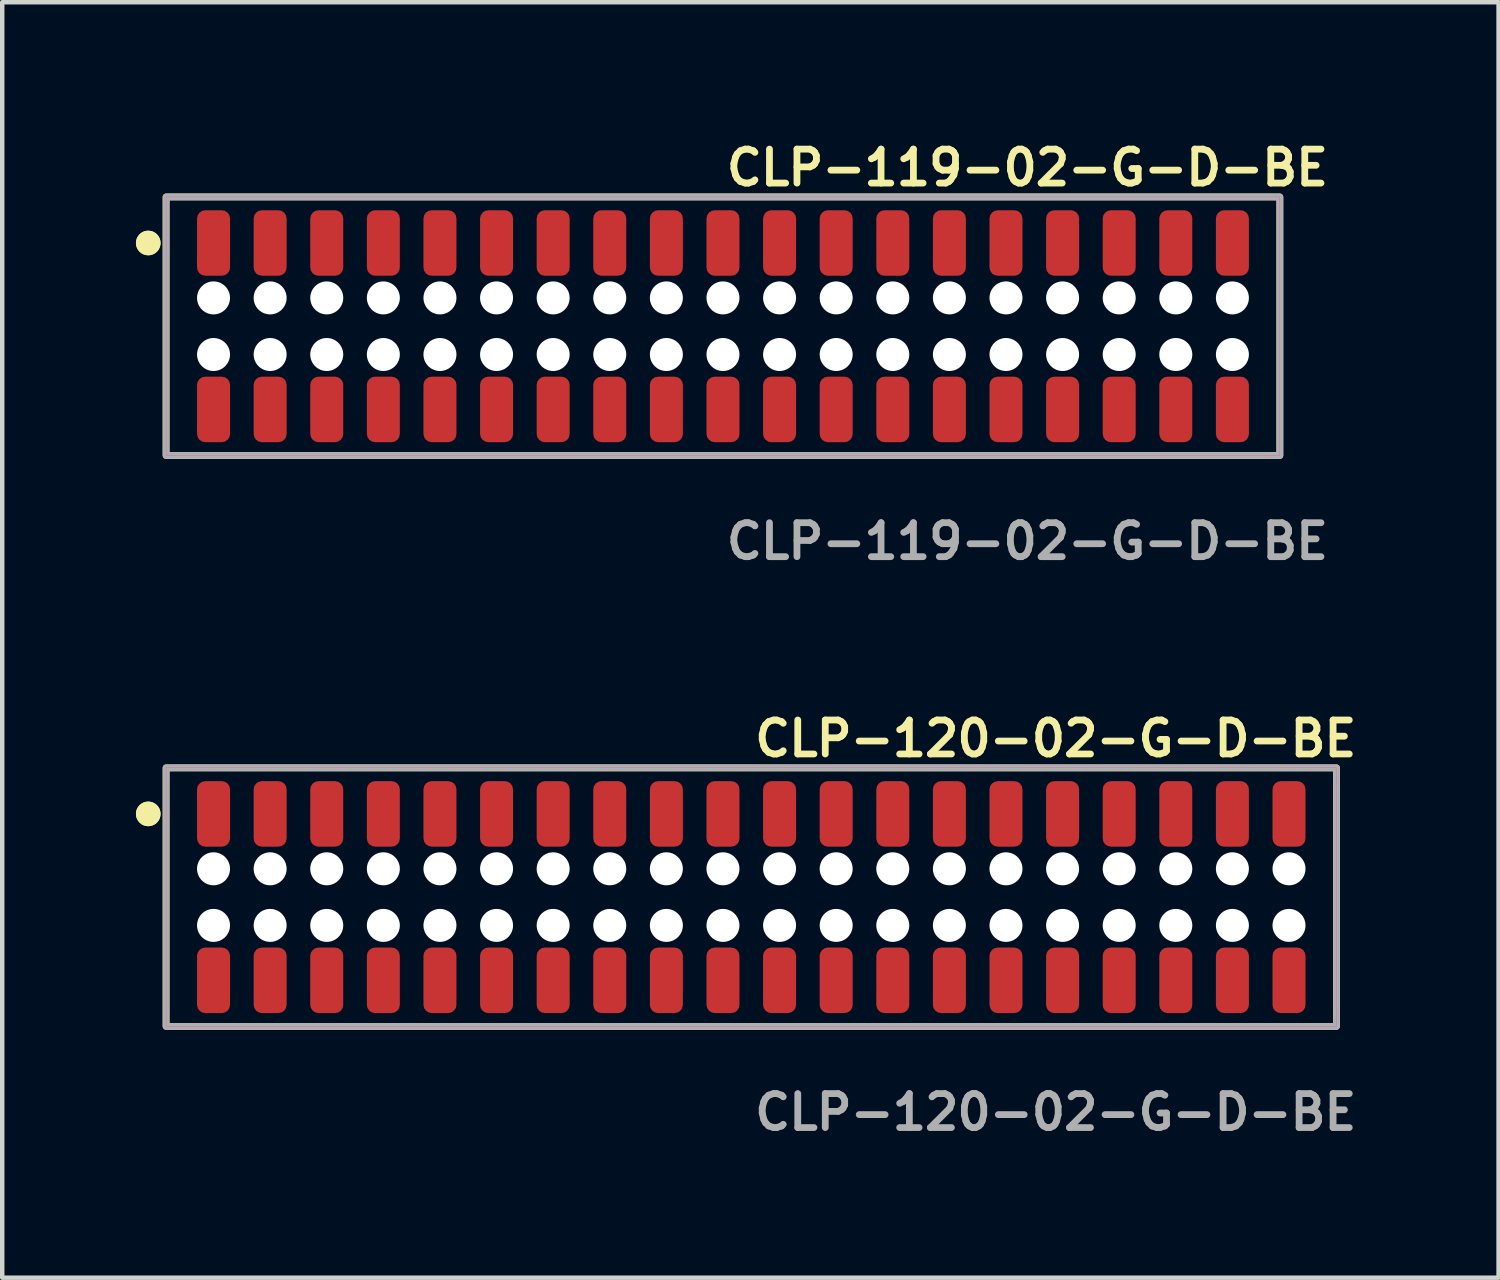
<source format=kicad_pcb>
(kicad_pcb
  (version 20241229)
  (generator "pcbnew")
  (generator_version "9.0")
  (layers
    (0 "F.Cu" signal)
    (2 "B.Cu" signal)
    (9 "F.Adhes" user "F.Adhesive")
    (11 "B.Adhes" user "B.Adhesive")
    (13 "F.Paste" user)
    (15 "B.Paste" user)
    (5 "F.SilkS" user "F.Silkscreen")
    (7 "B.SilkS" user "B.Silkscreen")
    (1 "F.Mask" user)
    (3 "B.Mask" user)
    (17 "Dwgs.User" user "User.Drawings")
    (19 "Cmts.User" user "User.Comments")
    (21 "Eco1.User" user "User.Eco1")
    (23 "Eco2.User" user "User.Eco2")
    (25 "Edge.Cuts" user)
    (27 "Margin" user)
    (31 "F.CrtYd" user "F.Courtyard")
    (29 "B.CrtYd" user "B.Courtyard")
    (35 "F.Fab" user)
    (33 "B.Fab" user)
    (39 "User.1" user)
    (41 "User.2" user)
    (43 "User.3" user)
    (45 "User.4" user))
  (footprint "CLP-120-02-G-D-BE"
    (layer "F.Cu")
    (at 13.806 17.078)
    (property "Reference" "CLP-120-02-G-D-BE" (at 0 -3.556 0) (unlocked yes) (layer "F.SilkS") (effects (font (size 0.762 0.762) (thickness 0.152)) (justify left)))
    (fp_rect (start -13.13 2.9) (end 13.13 -2.9) (stroke (width 0.152) (type solid)) (fill no) (layer "F.SilkS"))
    (fp_circle (center -13.53 -1.867) (end -13.73 -1.867) (stroke (width 0.152) (type solid)) (fill yes) (layer "F.SilkS"))
    (fp_circle (center -13.53 -1.867) (end -13.73 -1.867) (stroke (width 0.152) (type solid)) (fill yes) (layer "F.SilkS"))
    (fp_rect (start -13.13 2.9) (end 13.13 -2.9) (stroke (width 0.006) (type solid)) (fill no) (layer "F.CrtYd"))
    (fp_rect (start -13.13 2.9) (end 13.13 -2.9) (stroke (width 0.152) (type solid)) (fill no) (layer "F.Fab"))
    (fp_text user "${REFERENCE}" (at 0 4.826 0) (unlocked yes) (layer "F.Fab") (effects (font (size 0.762 0.762) (thickness 0.152)) (justify left)))
    (pad "" np_thru_hole circle (at -12.065 -0.635) (size 0.74 0.74) (drill 0.74) (layers "*.Cu" "*.Mask"))
    (pad "" np_thru_hole circle (at -12.065 0.635) (size 0.74 0.74) (drill 0.74) (layers "*.Cu" "*.Mask"))
    (pad "" np_thru_hole circle (at -10.795 -0.635) (size 0.74 0.74) (drill 0.74) (layers "*.Cu" "*.Mask"))
    (pad "" np_thru_hole circle (at -10.795 0.635) (size 0.74 0.74) (drill 0.74) (layers "*.Cu" "*.Mask"))
    (pad "" np_thru_hole circle (at -9.525 -0.635) (size 0.74 0.74) (drill 0.74) (layers "*.Cu" "*.Mask"))
    (pad "" np_thru_hole circle (at -9.525 0.635) (size 0.74 0.74) (drill 0.74) (layers "*.Cu" "*.Mask"))
    (pad "" np_thru_hole circle (at -8.255 -0.635) (size 0.74 0.74) (drill 0.74) (layers "*.Cu" "*.Mask"))
    (pad "" np_thru_hole circle (at -8.255 0.635) (size 0.74 0.74) (drill 0.74) (layers "*.Cu" "*.Mask"))
    (pad "" np_thru_hole circle (at -6.985 -0.635) (size 0.74 0.74) (drill 0.74) (layers "*.Cu" "*.Mask"))
    (pad "" np_thru_hole circle (at -6.985 0.635) (size 0.74 0.74) (drill 0.74) (layers "*.Cu" "*.Mask"))
    (pad "" np_thru_hole circle (at -5.715 -0.635) (size 0.74 0.74) (drill 0.74) (layers "*.Cu" "*.Mask"))
    (pad "" np_thru_hole circle (at -5.715 0.635) (size 0.74 0.74) (drill 0.74) (layers "*.Cu" "*.Mask"))
    (pad "" np_thru_hole circle (at -4.445 -0.635) (size 0.74 0.74) (drill 0.74) (layers "*.Cu" "*.Mask"))
    (pad "" np_thru_hole circle (at -4.445 0.635) (size 0.74 0.74) (drill 0.74) (layers "*.Cu" "*.Mask"))
    (pad "" np_thru_hole circle (at -3.175 -0.635) (size 0.74 0.74) (drill 0.74) (layers "*.Cu" "*.Mask"))
    (pad "" np_thru_hole circle (at -3.175 0.635) (size 0.74 0.74) (drill 0.74) (layers "*.Cu" "*.Mask"))
    (pad "" np_thru_hole circle (at -1.905 -0.635) (size 0.74 0.74) (drill 0.74) (layers "*.Cu" "*.Mask"))
    (pad "" np_thru_hole circle (at -1.905 0.635) (size 0.74 0.74) (drill 0.74) (layers "*.Cu" "*.Mask"))
    (pad "" np_thru_hole circle (at -0.635 -0.635) (size 0.74 0.74) (drill 0.74) (layers "*.Cu" "*.Mask"))
    (pad "" np_thru_hole circle (at -0.635 0.635) (size 0.74 0.74) (drill 0.74) (layers "*.Cu" "*.Mask"))
    (pad "" np_thru_hole circle (at 0.635 -0.635) (size 0.74 0.74) (drill 0.74) (layers "*.Cu" "*.Mask"))
    (pad "" np_thru_hole circle (at 0.635 0.635) (size 0.74 0.74) (drill 0.74) (layers "*.Cu" "*.Mask"))
    (pad "" np_thru_hole circle (at 1.905 -0.635) (size 0.74 0.74) (drill 0.74) (layers "*.Cu" "*.Mask"))
    (pad "" np_thru_hole circle (at 1.905 0.635) (size 0.74 0.74) (drill 0.74) (layers "*.Cu" "*.Mask"))
    (pad "" np_thru_hole circle (at 3.175 -0.635) (size 0.74 0.74) (drill 0.74) (layers "*.Cu" "*.Mask"))
    (pad "" np_thru_hole circle (at 3.175 0.635) (size 0.74 0.74) (drill 0.74) (layers "*.Cu" "*.Mask"))
    (pad "" np_thru_hole circle (at 4.445 -0.635) (size 0.74 0.74) (drill 0.74) (layers "*.Cu" "*.Mask"))
    (pad "" np_thru_hole circle (at 4.445 0.635) (size 0.74 0.74) (drill 0.74) (layers "*.Cu" "*.Mask"))
    (pad "" np_thru_hole circle (at 5.715 -0.635) (size 0.74 0.74) (drill 0.74) (layers "*.Cu" "*.Mask"))
    (pad "" np_thru_hole circle (at 5.715 0.635) (size 0.74 0.74) (drill 0.74) (layers "*.Cu" "*.Mask"))
    (pad "" np_thru_hole circle (at 6.985 -0.635) (size 0.74 0.74) (drill 0.74) (layers "*.Cu" "*.Mask"))
    (pad "" np_thru_hole circle (at 6.985 0.635) (size 0.74 0.74) (drill 0.74) (layers "*.Cu" "*.Mask"))
    (pad "" np_thru_hole circle (at 8.255 -0.635) (size 0.74 0.74) (drill 0.74) (layers "*.Cu" "*.Mask"))
    (pad "" np_thru_hole circle (at 8.255 0.635) (size 0.74 0.74) (drill 0.74) (layers "*.Cu" "*.Mask"))
    (pad "" np_thru_hole circle (at 9.525 -0.635) (size 0.74 0.74) (drill 0.74) (layers "*.Cu" "*.Mask"))
    (pad "" np_thru_hole circle (at 9.525 0.635) (size 0.74 0.74) (drill 0.74) (layers "*.Cu" "*.Mask"))
    (pad "" np_thru_hole circle (at 10.795 -0.635) (size 0.74 0.74) (drill 0.74) (layers "*.Cu" "*.Mask"))
    (pad "" np_thru_hole circle (at 10.795 0.635) (size 0.74 0.74) (drill 0.74) (layers "*.Cu" "*.Mask"))
    (pad "" np_thru_hole circle (at 12.065 -0.635) (size 0.74 0.74) (drill 0.74) (layers "*.Cu" "*.Mask"))
    (pad "" np_thru_hole circle (at 12.065 0.635) (size 0.74 0.74) (drill 0.74) (layers "*.Cu" "*.Mask"))
    (pad "1" smd roundrect (at -12.065 -1.867) (size 0.74 1.47) (layers "F.Cu" "F.Paste") (roundrect_rratio 0.25))
    (pad "2" smd roundrect (at -12.065 1.867) (size 0.74 1.47) (layers "F.Cu" "F.Paste") (roundrect_rratio 0.25))
    (pad "3" smd roundrect (at -10.795 -1.867) (size 0.74 1.47) (layers "F.Cu" "F.Paste") (roundrect_rratio 0.25))
    (pad "4" smd roundrect (at -10.795 1.867) (size 0.74 1.47) (layers "F.Cu" "F.Paste") (roundrect_rratio 0.25))
    (pad "5" smd roundrect (at -9.525 -1.867) (size 0.74 1.47) (layers "F.Cu" "F.Paste") (roundrect_rratio 0.25))
    (pad "6" smd roundrect (at -9.525 1.867) (size 0.74 1.47) (layers "F.Cu" "F.Paste") (roundrect_rratio 0.25))
    (pad "7" smd roundrect (at -8.255 -1.867) (size 0.74 1.47) (layers "F.Cu" "F.Paste") (roundrect_rratio 0.25))
    (pad "8" smd roundrect (at -8.255 1.867) (size 0.74 1.47) (layers "F.Cu" "F.Paste") (roundrect_rratio 0.25))
    (pad "9" smd roundrect (at -6.985 -1.867) (size 0.74 1.47) (layers "F.Cu" "F.Paste") (roundrect_rratio 0.25))
    (pad "10" smd roundrect (at -6.985 1.867) (size 0.74 1.47) (layers "F.Cu" "F.Paste") (roundrect_rratio 0.25))
    (pad "11" smd roundrect (at -5.715 -1.867) (size 0.74 1.47) (layers "F.Cu" "F.Paste") (roundrect_rratio 0.25))
    (pad "12" smd roundrect (at -5.715 1.867) (size 0.74 1.47) (layers "F.Cu" "F.Paste") (roundrect_rratio 0.25))
    (pad "13" smd roundrect (at -4.445 -1.867) (size 0.74 1.47) (layers "F.Cu" "F.Paste") (roundrect_rratio 0.25))
    (pad "14" smd roundrect (at -4.445 1.867) (size 0.74 1.47) (layers "F.Cu" "F.Paste") (roundrect_rratio 0.25))
    (pad "15" smd roundrect (at -3.175 -1.867) (size 0.74 1.47) (layers "F.Cu" "F.Paste") (roundrect_rratio 0.25))
    (pad "16" smd roundrect (at -3.175 1.867) (size 0.74 1.47) (layers "F.Cu" "F.Paste") (roundrect_rratio 0.25))
    (pad "17" smd roundrect (at -1.905 -1.867) (size 0.74 1.47) (layers "F.Cu" "F.Paste") (roundrect_rratio 0.25))
    (pad "18" smd roundrect (at -1.905 1.867) (size 0.74 1.47) (layers "F.Cu" "F.Paste") (roundrect_rratio 0.25))
    (pad "19" smd roundrect (at -0.635 -1.867) (size 0.74 1.47) (layers "F.Cu" "F.Paste") (roundrect_rratio 0.25))
    (pad "20" smd roundrect (at -0.635 1.867) (size 0.74 1.47) (layers "F.Cu" "F.Paste") (roundrect_rratio 0.25))
    (pad "21" smd roundrect (at 0.635 -1.867) (size 0.74 1.47) (layers "F.Cu" "F.Paste") (roundrect_rratio 0.25))
    (pad "22" smd roundrect (at 0.635 1.867) (size 0.74 1.47) (layers "F.Cu" "F.Paste") (roundrect_rratio 0.25))
    (pad "23" smd roundrect (at 1.905 -1.867) (size 0.74 1.47) (layers "F.Cu" "F.Paste") (roundrect_rratio 0.25))
    (pad "24" smd roundrect (at 1.905 1.867) (size 0.74 1.47) (layers "F.Cu" "F.Paste") (roundrect_rratio 0.25))
    (pad "25" smd roundrect (at 3.175 -1.867) (size 0.74 1.47) (layers "F.Cu" "F.Paste") (roundrect_rratio 0.25))
    (pad "26" smd roundrect (at 3.175 1.867) (size 0.74 1.47) (layers "F.Cu" "F.Paste") (roundrect_rratio 0.25))
    (pad "27" smd roundrect (at 4.445 -1.867) (size 0.74 1.47) (layers "F.Cu" "F.Paste") (roundrect_rratio 0.25))
    (pad "28" smd roundrect (at 4.445 1.867) (size 0.74 1.47) (layers "F.Cu" "F.Paste") (roundrect_rratio 0.25))
    (pad "29" smd roundrect (at 5.715 -1.867) (size 0.74 1.47) (layers "F.Cu" "F.Paste") (roundrect_rratio 0.25))
    (pad "30" smd roundrect (at 5.715 1.867) (size 0.74 1.47) (layers "F.Cu" "F.Paste") (roundrect_rratio 0.25))
    (pad "31" smd roundrect (at 6.985 -1.867) (size 0.74 1.47) (layers "F.Cu" "F.Paste") (roundrect_rratio 0.25))
    (pad "32" smd roundrect (at 6.985 1.867) (size 0.74 1.47) (layers "F.Cu" "F.Paste") (roundrect_rratio 0.25))
    (pad "33" smd roundrect (at 8.255 -1.867) (size 0.74 1.47) (layers "F.Cu" "F.Paste") (roundrect_rratio 0.25))
    (pad "34" smd roundrect (at 8.255 1.867) (size 0.74 1.47) (layers "F.Cu" "F.Paste") (roundrect_rratio 0.25))
    (pad "35" smd roundrect (at 9.525 -1.867) (size 0.74 1.47) (layers "F.Cu" "F.Paste") (roundrect_rratio 0.25))
    (pad "36" smd roundrect (at 9.525 1.867) (size 0.74 1.47) (layers "F.Cu" "F.Paste") (roundrect_rratio 0.25))
    (pad "37" smd roundrect (at 10.795 -1.867) (size 0.74 1.47) (layers "F.Cu" "F.Paste") (roundrect_rratio 0.25))
    (pad "38" smd roundrect (at 10.795 1.867) (size 0.74 1.47) (layers "F.Cu" "F.Paste") (roundrect_rratio 0.25))
    (pad "39" smd roundrect (at 12.065 -1.867) (size 0.74 1.47) (layers "F.Cu" "F.Paste") (roundrect_rratio 0.25))
    (pad "40" smd roundrect (at 12.065 1.867) (size 0.74 1.47) (layers "F.Cu" "F.Paste") (roundrect_rratio 0.25)))
  (footprint "CLP-119-02-G-D-BE"
    (layer "F.Cu")
    (at 13.171 4.269)
    (property "Reference" "CLP-119-02-G-D-BE" (at 0 -3.556 0) (unlocked yes) (layer "F.SilkS") (effects (font (size 0.762 0.762) (thickness 0.152)) (justify left)))
    (fp_rect (start -12.495 2.9) (end 12.495 -2.9) (stroke (width 0.152) (type solid)) (fill no) (layer "F.SilkS"))
    (fp_circle (center -12.895 -1.867) (end -13.095 -1.867) (stroke (width 0.152) (type solid)) (fill yes) (layer "F.SilkS"))
    (fp_circle (center -12.895 -1.867) (end -13.095 -1.867) (stroke (width 0.152) (type solid)) (fill yes) (layer "F.SilkS"))
    (fp_rect (start -12.495 2.9) (end 12.495 -2.9) (stroke (width 0.006) (type solid)) (fill no) (layer "F.CrtYd"))
    (fp_rect (start -12.495 2.9) (end 12.495 -2.9) (stroke (width 0.152) (type solid)) (fill no) (layer "F.Fab"))
    (fp_text user "${REFERENCE}" (at 0 4.826 0) (unlocked yes) (layer "F.Fab") (effects (font (size 0.762 0.762) (thickness 0.152)) (justify left)))
    (pad "" np_thru_hole circle (at -11.43 -0.635) (size 0.74 0.74) (drill 0.74) (layers "*.Cu" "*.Mask"))
    (pad "" np_thru_hole circle (at -11.43 0.635) (size 0.74 0.74) (drill 0.74) (layers "*.Cu" "*.Mask"))
    (pad "" np_thru_hole circle (at -10.16 -0.635) (size 0.74 0.74) (drill 0.74) (layers "*.Cu" "*.Mask"))
    (pad "" np_thru_hole circle (at -10.16 0.635) (size 0.74 0.74) (drill 0.74) (layers "*.Cu" "*.Mask"))
    (pad "" np_thru_hole circle (at -8.89 -0.635) (size 0.74 0.74) (drill 0.74) (layers "*.Cu" "*.Mask"))
    (pad "" np_thru_hole circle (at -8.89 0.635) (size 0.74 0.74) (drill 0.74) (layers "*.Cu" "*.Mask"))
    (pad "" np_thru_hole circle (at -7.62 -0.635) (size 0.74 0.74) (drill 0.74) (layers "*.Cu" "*.Mask"))
    (pad "" np_thru_hole circle (at -7.62 0.635) (size 0.74 0.74) (drill 0.74) (layers "*.Cu" "*.Mask"))
    (pad "" np_thru_hole circle (at -6.35 -0.635) (size 0.74 0.74) (drill 0.74) (layers "*.Cu" "*.Mask"))
    (pad "" np_thru_hole circle (at -6.35 0.635) (size 0.74 0.74) (drill 0.74) (layers "*.Cu" "*.Mask"))
    (pad "" np_thru_hole circle (at -5.08 -0.635) (size 0.74 0.74) (drill 0.74) (layers "*.Cu" "*.Mask"))
    (pad "" np_thru_hole circle (at -5.08 0.635) (size 0.74 0.74) (drill 0.74) (layers "*.Cu" "*.Mask"))
    (pad "" np_thru_hole circle (at -3.81 -0.635) (size 0.74 0.74) (drill 0.74) (layers "*.Cu" "*.Mask"))
    (pad "" np_thru_hole circle (at -3.81 0.635) (size 0.74 0.74) (drill 0.74) (layers "*.Cu" "*.Mask"))
    (pad "" np_thru_hole circle (at -2.54 -0.635) (size 0.74 0.74) (drill 0.74) (layers "*.Cu" "*.Mask"))
    (pad "" np_thru_hole circle (at -2.54 0.635) (size 0.74 0.74) (drill 0.74) (layers "*.Cu" "*.Mask"))
    (pad "" np_thru_hole circle (at -1.27 -0.635) (size 0.74 0.74) (drill 0.74) (layers "*.Cu" "*.Mask"))
    (pad "" np_thru_hole circle (at -1.27 0.635) (size 0.74 0.74) (drill 0.74) (layers "*.Cu" "*.Mask"))
    (pad "" np_thru_hole circle (at 0 -0.635) (size 0.74 0.74) (drill 0.74) (layers "*.Cu" "*.Mask"))
    (pad "" np_thru_hole circle (at 0 0.635) (size 0.74 0.74) (drill 0.74) (layers "*.Cu" "*.Mask"))
    (pad "" np_thru_hole circle (at 1.27 -0.635) (size 0.74 0.74) (drill 0.74) (layers "*.Cu" "*.Mask"))
    (pad "" np_thru_hole circle (at 1.27 0.635) (size 0.74 0.74) (drill 0.74) (layers "*.Cu" "*.Mask"))
    (pad "" np_thru_hole circle (at 2.54 -0.635) (size 0.74 0.74) (drill 0.74) (layers "*.Cu" "*.Mask"))
    (pad "" np_thru_hole circle (at 2.54 0.635) (size 0.74 0.74) (drill 0.74) (layers "*.Cu" "*.Mask"))
    (pad "" np_thru_hole circle (at 3.81 -0.635) (size 0.74 0.74) (drill 0.74) (layers "*.Cu" "*.Mask"))
    (pad "" np_thru_hole circle (at 3.81 0.635) (size 0.74 0.74) (drill 0.74) (layers "*.Cu" "*.Mask"))
    (pad "" np_thru_hole circle (at 5.08 -0.635) (size 0.74 0.74) (drill 0.74) (layers "*.Cu" "*.Mask"))
    (pad "" np_thru_hole circle (at 5.08 0.635) (size 0.74 0.74) (drill 0.74) (layers "*.Cu" "*.Mask"))
    (pad "" np_thru_hole circle (at 6.35 -0.635) (size 0.74 0.74) (drill 0.74) (layers "*.Cu" "*.Mask"))
    (pad "" np_thru_hole circle (at 6.35 0.635) (size 0.74 0.74) (drill 0.74) (layers "*.Cu" "*.Mask"))
    (pad "" np_thru_hole circle (at 7.62 -0.635) (size 0.74 0.74) (drill 0.74) (layers "*.Cu" "*.Mask"))
    (pad "" np_thru_hole circle (at 7.62 0.635) (size 0.74 0.74) (drill 0.74) (layers "*.Cu" "*.Mask"))
    (pad "" np_thru_hole circle (at 8.89 -0.635) (size 0.74 0.74) (drill 0.74) (layers "*.Cu" "*.Mask"))
    (pad "" np_thru_hole circle (at 8.89 0.635) (size 0.74 0.74) (drill 0.74) (layers "*.Cu" "*.Mask"))
    (pad "" np_thru_hole circle (at 10.16 -0.635) (size 0.74 0.74) (drill 0.74) (layers "*.Cu" "*.Mask"))
    (pad "" np_thru_hole circle (at 10.16 0.635) (size 0.74 0.74) (drill 0.74) (layers "*.Cu" "*.Mask"))
    (pad "" np_thru_hole circle (at 11.43 -0.635) (size 0.74 0.74) (drill 0.74) (layers "*.Cu" "*.Mask"))
    (pad "" np_thru_hole circle (at 11.43 0.635) (size 0.74 0.74) (drill 0.74) (layers "*.Cu" "*.Mask"))
    (pad "1" smd roundrect (at -11.43 -1.867) (size 0.74 1.47) (layers "F.Cu" "F.Paste") (roundrect_rratio 0.25))
    (pad "2" smd roundrect (at -11.43 1.867) (size 0.74 1.47) (layers "F.Cu" "F.Paste") (roundrect_rratio 0.25))
    (pad "3" smd roundrect (at -10.16 -1.867) (size 0.74 1.47) (layers "F.Cu" "F.Paste") (roundrect_rratio 0.25))
    (pad "4" smd roundrect (at -10.16 1.867) (size 0.74 1.47) (layers "F.Cu" "F.Paste") (roundrect_rratio 0.25))
    (pad "5" smd roundrect (at -8.89 -1.867) (size 0.74 1.47) (layers "F.Cu" "F.Paste") (roundrect_rratio 0.25))
    (pad "6" smd roundrect (at -8.89 1.867) (size 0.74 1.47) (layers "F.Cu" "F.Paste") (roundrect_rratio 0.25))
    (pad "7" smd roundrect (at -7.62 -1.867) (size 0.74 1.47) (layers "F.Cu" "F.Paste") (roundrect_rratio 0.25))
    (pad "8" smd roundrect (at -7.62 1.867) (size 0.74 1.47) (layers "F.Cu" "F.Paste") (roundrect_rratio 0.25))
    (pad "9" smd roundrect (at -6.35 -1.867) (size 0.74 1.47) (layers "F.Cu" "F.Paste") (roundrect_rratio 0.25))
    (pad "10" smd roundrect (at -6.35 1.867) (size 0.74 1.47) (layers "F.Cu" "F.Paste") (roundrect_rratio 0.25))
    (pad "11" smd roundrect (at -5.08 -1.867) (size 0.74 1.47) (layers "F.Cu" "F.Paste") (roundrect_rratio 0.25))
    (pad "12" smd roundrect (at -5.08 1.867) (size 0.74 1.47) (layers "F.Cu" "F.Paste") (roundrect_rratio 0.25))
    (pad "13" smd roundrect (at -3.81 -1.867) (size 0.74 1.47) (layers "F.Cu" "F.Paste") (roundrect_rratio 0.25))
    (pad "14" smd roundrect (at -3.81 1.867) (size 0.74 1.47) (layers "F.Cu" "F.Paste") (roundrect_rratio 0.25))
    (pad "15" smd roundrect (at -2.54 -1.867) (size 0.74 1.47) (layers "F.Cu" "F.Paste") (roundrect_rratio 0.25))
    (pad "16" smd roundrect (at -2.54 1.867) (size 0.74 1.47) (layers "F.Cu" "F.Paste") (roundrect_rratio 0.25))
    (pad "17" smd roundrect (at -1.27 -1.867) (size 0.74 1.47) (layers "F.Cu" "F.Paste") (roundrect_rratio 0.25))
    (pad "18" smd roundrect (at -1.27 1.867) (size 0.74 1.47) (layers "F.Cu" "F.Paste") (roundrect_rratio 0.25))
    (pad "19" smd roundrect (at 0 -1.867) (size 0.74 1.47) (layers "F.Cu" "F.Paste") (roundrect_rratio 0.25))
    (pad "20" smd roundrect (at 0 1.867) (size 0.74 1.47) (layers "F.Cu" "F.Paste") (roundrect_rratio 0.25))
    (pad "21" smd roundrect (at 1.27 -1.867) (size 0.74 1.47) (layers "F.Cu" "F.Paste") (roundrect_rratio 0.25))
    (pad "22" smd roundrect (at 1.27 1.867) (size 0.74 1.47) (layers "F.Cu" "F.Paste") (roundrect_rratio 0.25))
    (pad "23" smd roundrect (at 2.54 -1.867) (size 0.74 1.47) (layers "F.Cu" "F.Paste") (roundrect_rratio 0.25))
    (pad "24" smd roundrect (at 2.54 1.867) (size 0.74 1.47) (layers "F.Cu" "F.Paste") (roundrect_rratio 0.25))
    (pad "25" smd roundrect (at 3.81 -1.867) (size 0.74 1.47) (layers "F.Cu" "F.Paste") (roundrect_rratio 0.25))
    (pad "26" smd roundrect (at 3.81 1.867) (size 0.74 1.47) (layers "F.Cu" "F.Paste") (roundrect_rratio 0.25))
    (pad "27" smd roundrect (at 5.08 -1.867) (size 0.74 1.47) (layers "F.Cu" "F.Paste") (roundrect_rratio 0.25))
    (pad "28" smd roundrect (at 5.08 1.867) (size 0.74 1.47) (layers "F.Cu" "F.Paste") (roundrect_rratio 0.25))
    (pad "29" smd roundrect (at 6.35 -1.867) (size 0.74 1.47) (layers "F.Cu" "F.Paste") (roundrect_rratio 0.25))
    (pad "30" smd roundrect (at 6.35 1.867) (size 0.74 1.47) (layers "F.Cu" "F.Paste") (roundrect_rratio 0.25))
    (pad "31" smd roundrect (at 7.62 -1.867) (size 0.74 1.47) (layers "F.Cu" "F.Paste") (roundrect_rratio 0.25))
    (pad "32" smd roundrect (at 7.62 1.867) (size 0.74 1.47) (layers "F.Cu" "F.Paste") (roundrect_rratio 0.25))
    (pad "33" smd roundrect (at 8.89 -1.867) (size 0.74 1.47) (layers "F.Cu" "F.Paste") (roundrect_rratio 0.25))
    (pad "34" smd roundrect (at 8.89 1.867) (size 0.74 1.47) (layers "F.Cu" "F.Paste") (roundrect_rratio 0.25))
    (pad "35" smd roundrect (at 10.16 -1.867) (size 0.74 1.47) (layers "F.Cu" "F.Paste") (roundrect_rratio 0.25))
    (pad "36" smd roundrect (at 10.16 1.867) (size 0.74 1.47) (layers "F.Cu" "F.Paste") (roundrect_rratio 0.25))
    (pad "37" smd roundrect (at 11.43 -1.867) (size 0.74 1.47) (layers "F.Cu" "F.Paste") (roundrect_rratio 0.25))
    (pad "38" smd roundrect (at 11.43 1.867) (size 0.74 1.47) (layers "F.Cu" "F.Paste") (roundrect_rratio 0.25)))
  (gr_rect
    (start -3 -3)
    (end 30.573 25.617)
    (stroke (width 0.1) (type default))
    (fill no)
    (layer "Edge.Cuts")))
</source>
